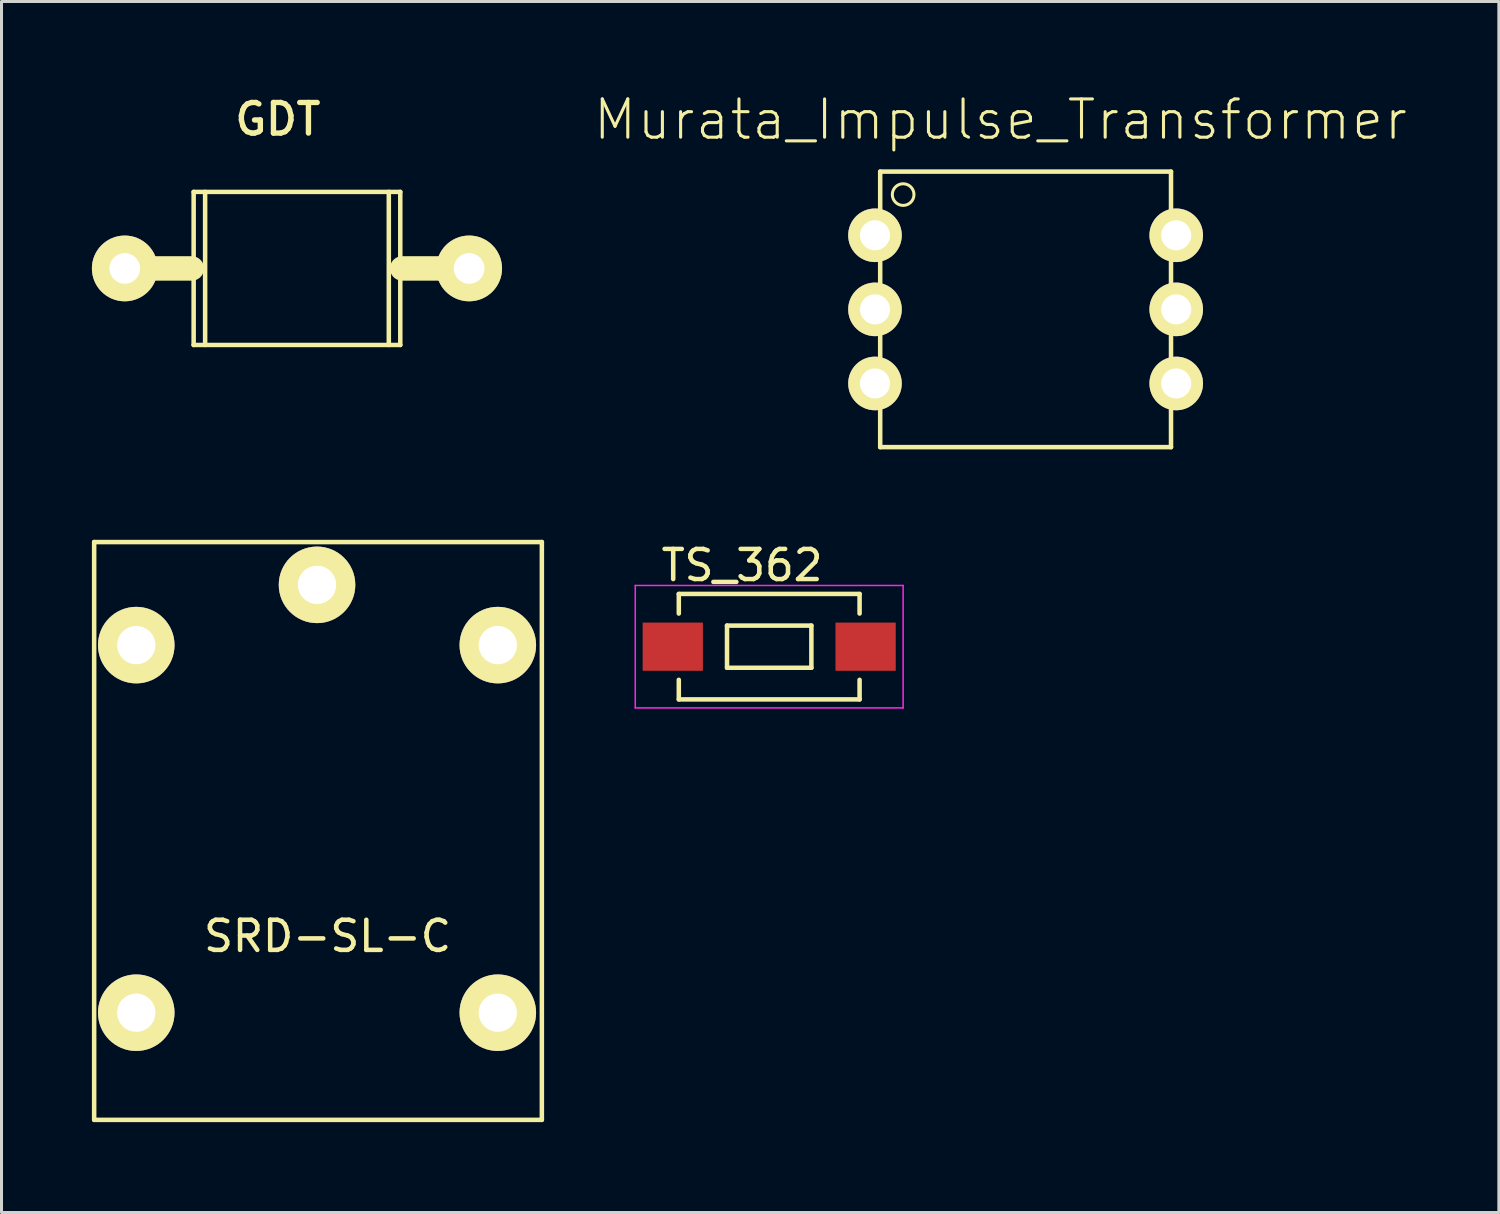
<source format=kicad_pcb>
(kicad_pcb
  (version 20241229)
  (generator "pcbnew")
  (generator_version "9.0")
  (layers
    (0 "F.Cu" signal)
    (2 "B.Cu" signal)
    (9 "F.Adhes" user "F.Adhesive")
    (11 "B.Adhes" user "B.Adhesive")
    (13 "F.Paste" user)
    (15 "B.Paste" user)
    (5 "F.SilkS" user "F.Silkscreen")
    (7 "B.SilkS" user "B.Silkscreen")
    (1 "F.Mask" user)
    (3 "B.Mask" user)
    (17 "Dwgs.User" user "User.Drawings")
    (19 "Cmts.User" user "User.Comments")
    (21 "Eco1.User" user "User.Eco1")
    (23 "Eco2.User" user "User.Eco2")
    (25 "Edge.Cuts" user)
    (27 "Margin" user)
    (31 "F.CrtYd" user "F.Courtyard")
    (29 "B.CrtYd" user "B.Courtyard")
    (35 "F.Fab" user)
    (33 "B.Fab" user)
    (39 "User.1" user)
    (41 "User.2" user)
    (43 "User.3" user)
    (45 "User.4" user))
  (footprint "GDT"
    (layer "F.Cu")
    (at 6.806 5.859)
    (property "Reference" "GDT" (at -0.635 -4.953 0) (layer "F.SilkS") (effects (font (size 1.016 1.016) (thickness 0.178))))
    (attr exclude_from_pos_files exclude_from_bom)
    (fp_line (start -5.715 0) (end -3.493 0) (stroke (width 0.813) (type solid)) (layer "F.SilkS"))
    (fp_line (start -3.429 -2.54) (end 3.429 -2.54) (stroke (width 0.15) (type solid)) (layer "F.SilkS"))
    (fp_line (start -3.429 2.54) (end -3.429 -2.54) (stroke (width 0.15) (type solid)) (layer "F.SilkS"))
    (fp_line (start -3.048 -2.54) (end -3.048 2.54) (stroke (width 0.15) (type solid)) (layer "F.SilkS"))
    (fp_line (start 3.048 -2.54) (end 3.048 2.54) (stroke (width 0.15) (type solid)) (layer "F.SilkS"))
    (fp_line (start 3.429 -2.54) (end 3.429 2.54) (stroke (width 0.15) (type solid)) (layer "F.SilkS"))
    (fp_line (start 3.429 2.54) (end -3.429 2.54) (stroke (width 0.15) (type solid)) (layer "F.SilkS"))
    (fp_line (start 5.715 0) (end 3.493 0) (stroke (width 0.813) (type solid)) (layer "F.SilkS"))
    (pad "1" thru_hole circle (at -5.715 0) (size 2.182 2.182) (drill 1.016) (layers "*.Cu" "F.Mask" "F.SilkS" "F.Paste"))
    (pad "2" thru_hole circle (at 5.715 0) (size 2.182 2.182) (drill 1.016) (layers "*.Cu" "F.Mask" "F.SilkS" "F.Paste")))
  (footprint "TS_362"
    (layer "F.Cu")
    (at 22.479 18.413)
    (property "Reference" "TS_362" (at -0.9 -2.7 0) (layer "F.SilkS") (effects (font (size 1 1) (thickness 0.15))))
    (attr smd)
    (fp_line (start -3 -1.75) (end -3 -1.1) (stroke (width 0.15) (type solid)) (layer "F.SilkS"))
    (fp_line (start -3 1.1) (end -3 1.75) (stroke (width 0.15) (type solid)) (layer "F.SilkS"))
    (fp_line (start -3 1.75) (end 3 1.75) (stroke (width 0.15) (type solid)) (layer "F.SilkS"))
    (fp_line (start -1.4 -0.7) (end 1.4 -0.7) (stroke (width 0.15) (type solid)) (layer "F.SilkS"))
    (fp_line (start -1.4 0.7) (end -1.4 -0.7) (stroke (width 0.15) (type solid)) (layer "F.SilkS"))
    (fp_line (start 1.4 -0.7) (end 1.4 0.7) (stroke (width 0.15) (type solid)) (layer "F.SilkS"))
    (fp_line (start 1.4 0.7) (end -1.4 0.7) (stroke (width 0.15) (type solid)) (layer "F.SilkS"))
    (fp_line (start 3 -1.75) (end -3 -1.75) (stroke (width 0.15) (type solid)) (layer "F.SilkS"))
    (fp_line (start 3 -1.75) (end 3 -1.1) (stroke (width 0.15) (type solid)) (layer "F.SilkS"))
    (fp_line (start 3 1.75) (end 3 1.1) (stroke (width 0.15) (type solid)) (layer "F.SilkS"))
    (fp_line (start -4.445 -2.032) (end -4.445 2.032) (stroke (width 0.05) (type solid)) (layer "F.CrtYd"))
    (fp_line (start 4.445 -2.032) (end -4.445 -2.032) (stroke (width 0.05) (type solid)) (layer "F.CrtYd"))
    (fp_line (start 4.445 -2.032) (end 4.445 2.032) (stroke (width 0.05) (type solid)) (layer "F.CrtYd"))
    (fp_line (start 4.445 2.032) (end -4.445 2.032) (stroke (width 0.05) (type solid)) (layer "F.CrtYd"))
    (pad "1" smd rect (at -3.2 0) (size 2 1.6) (layers "F.Cu" "F.Mask" "F.Paste"))
    (pad "2" smd rect (at 3.2 0) (size 2 1.6) (layers "F.Cu" "F.Mask" "F.Paste")))
  (footprint "SRD-SL-C"
    (layer "F.Cu")
    (at 1.472 30.561)
    (property "Reference" "SRD-SL-C" (at 6.35 -2.54 0) (layer "F.SilkS") (effects (font (size 1 1) (thickness 0.15))))
    (attr through_hole)
    (fp_line (start -1.397 -15.621) (end -1.397 3.556) (stroke (width 0.15) (type solid)) (layer "F.SilkS"))
    (fp_line (start -1.397 -15.621) (end 13.462 -15.621) (stroke (width 0.15) (type solid)) (layer "F.SilkS"))
    (fp_line (start -1.397 3.556) (end 13.462 3.556) (stroke (width 0.15) (type solid)) (layer "F.SilkS"))
    (fp_line (start 13.462 -15.621) (end 13.462 3.556) (stroke (width 0.15) (type solid)) (layer "F.SilkS"))
    (pad "1" thru_hole circle (at 0 -12.2) (size 2.54 2.54) (drill 1.27) (layers "*.Cu" "*.Mask" "F.SilkS"))
    (pad "2" thru_hole circle (at 12 -12.2) (size 2.54 2.54) (drill 1.27) (layers "*.Cu" "*.Mask" "F.SilkS"))
    (pad "3" thru_hole circle (at 0 0) (size 2.54 2.54) (drill 1.27) (layers "*.Cu" "*.Mask" "F.SilkS"))
    (pad "4" thru_hole circle (at 12 0) (size 2.54 2.54) (drill 1.27) (layers "*.Cu" "*.Mask" "F.SilkS"))
    (pad "5" thru_hole circle (at 6 -14.2) (size 2.54 2.54) (drill 1.27) (layers "*.Cu" "*.Mask" "F.SilkS")))
  (footprint "Murata_Impulse_Transformer"
    (layer "F.Cu")
    (at 30.989 7.218)
    (property "Reference" "Murata_Impulse_Transformer" (at -0.836 -6.297 0) (layer "F.SilkS") (effects (font (size 1.27 1.27) (thickness 0.102))))
    (attr exclude_from_pos_files exclude_from_bom)
    (fp_line (start -4.826 -4.572) (end 4.826 -4.572) (stroke (width 0.15) (type solid)) (layer "F.SilkS"))
    (fp_line (start -4.826 4.572) (end -4.826 -4.572) (stroke (width 0.15) (type solid)) (layer "F.SilkS"))
    (fp_line (start 4.826 -4.572) (end 4.826 4.572) (stroke (width 0.15) (type solid)) (layer "F.SilkS"))
    (fp_line (start 4.826 4.572) (end -4.826 4.572) (stroke (width 0.15) (type solid)) (layer "F.SilkS"))
    (fp_circle (center -4.064 -3.81) (end -3.81 -3.556) (stroke (width 0.1) (type solid)) (fill no) (layer "F.SilkS"))
    (pad "1" thru_hole circle (at -4.999 -2.459) (size 1.778 1.778) (drill 0.998) (layers "*.Cu" "F.Mask" "F.SilkS" "F.Paste"))
    (pad "2" thru_hole circle (at -4.999 0) (size 1.778 1.778) (drill 0.998) (layers "*.Cu" "F.Mask" "F.SilkS" "F.Paste"))
    (pad "3" thru_hole circle (at -4.999 2.459) (size 1.778 1.778) (drill 0.998) (layers "*.Cu" "F.Mask" "F.SilkS" "F.Paste"))
    (pad "4" thru_hole circle (at 4.999 2.459) (size 1.778 1.778) (drill 0.998) (layers "*.Cu" "F.Mask" "F.SilkS" "F.Paste"))
    (pad "5" thru_hole circle (at 4.999 0) (size 1.778 1.778) (drill 0.998) (layers "*.Cu" "F.Mask" "F.SilkS" "F.Paste"))
    (pad "6" thru_hole circle (at 4.999 -2.459) (size 1.778 1.778) (drill 0.998) (layers "*.Cu" "F.Mask" "F.SilkS" "F.Paste")))
  (gr_rect
    (start -3 -3)
    (end 46.696 37.192)
    (stroke (width 0.1) (type default))
    (fill no)
    (layer "Edge.Cuts")))
</source>
